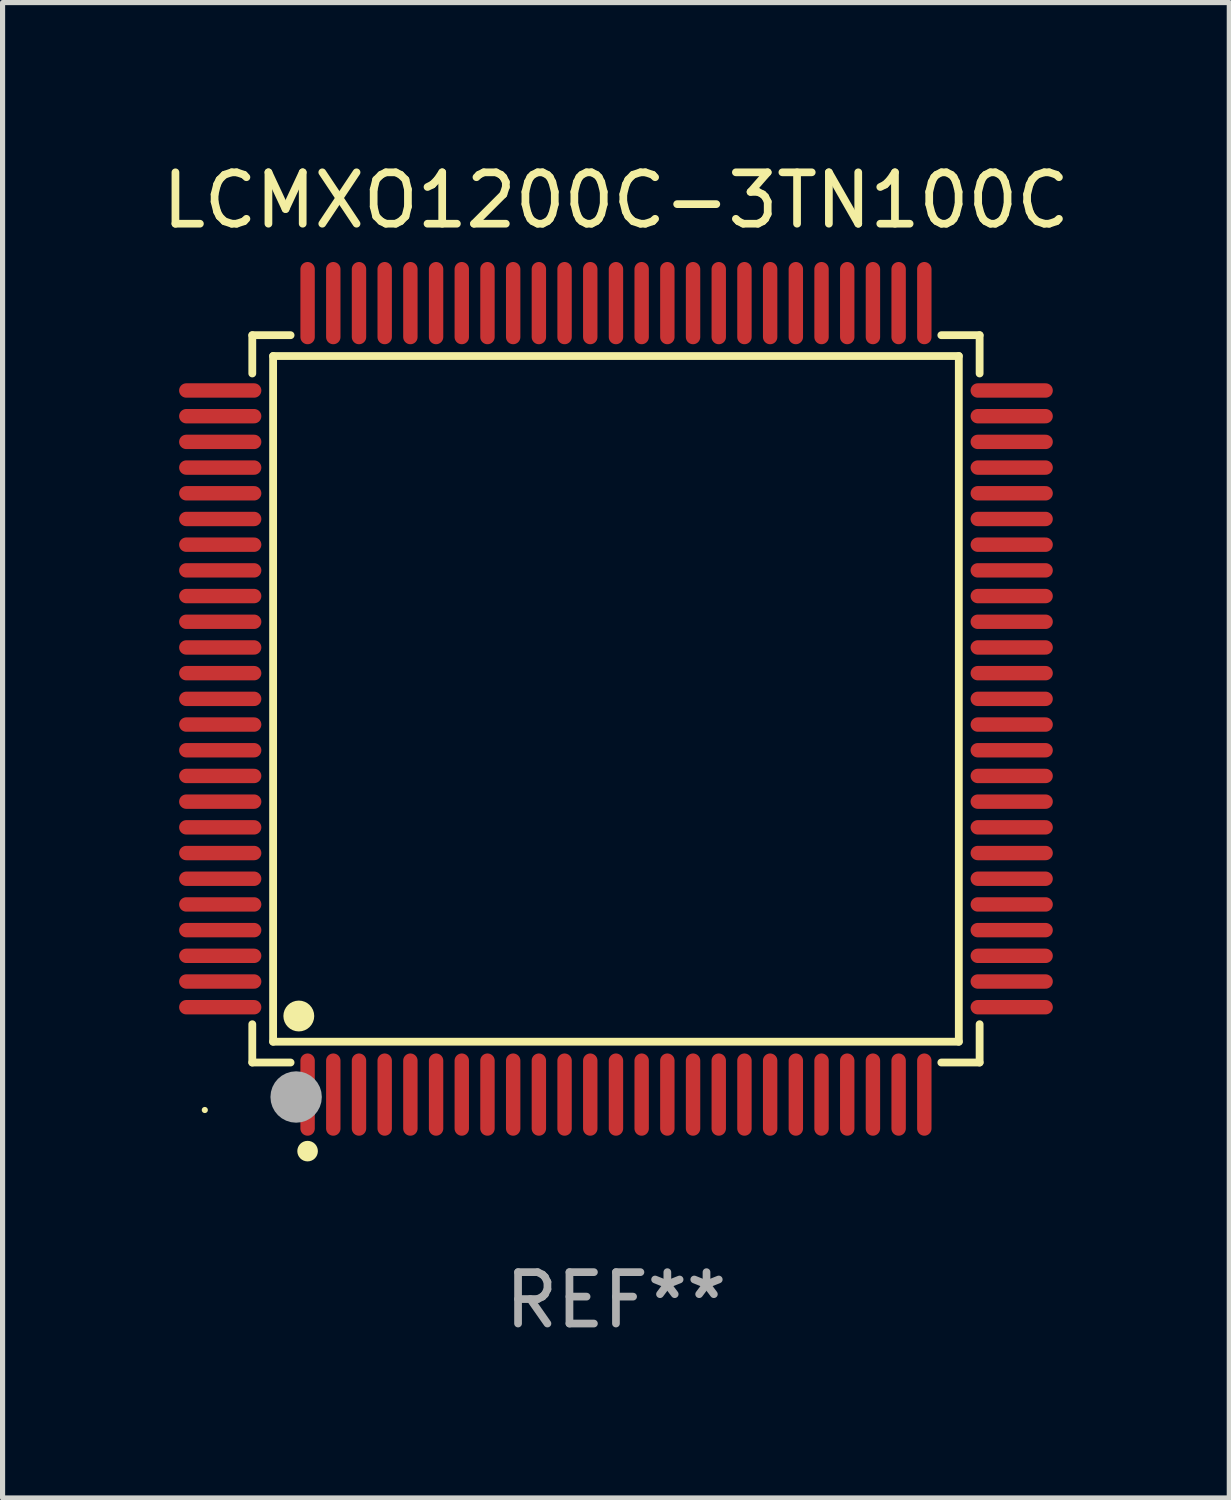
<source format=kicad_pcb>
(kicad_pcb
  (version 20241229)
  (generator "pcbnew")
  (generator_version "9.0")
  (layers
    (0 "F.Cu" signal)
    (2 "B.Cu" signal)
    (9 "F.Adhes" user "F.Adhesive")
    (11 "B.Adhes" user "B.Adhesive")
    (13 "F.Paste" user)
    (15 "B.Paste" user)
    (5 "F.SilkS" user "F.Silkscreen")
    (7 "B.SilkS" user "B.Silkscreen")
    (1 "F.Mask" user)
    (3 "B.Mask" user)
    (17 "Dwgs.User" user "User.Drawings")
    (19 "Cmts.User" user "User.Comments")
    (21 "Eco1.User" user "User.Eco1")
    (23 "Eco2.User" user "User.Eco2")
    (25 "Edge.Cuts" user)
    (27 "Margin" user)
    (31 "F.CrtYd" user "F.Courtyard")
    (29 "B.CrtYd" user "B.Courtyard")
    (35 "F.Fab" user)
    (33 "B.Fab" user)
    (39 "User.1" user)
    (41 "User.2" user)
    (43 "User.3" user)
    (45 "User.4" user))
  (footprint "LCMXO1200C-3TN100C"
    (layer "F.Cu")
    (at 8.935 10.548)
    (property "Reference" "LCMXO1200C-3TN100C" (at 0 -9.7 0) (layer "F.SilkS") (effects (font (size 1 1) (thickness 0.15))))
    (attr through_hole)
    (fp_line (start -7.076 -7.076) (end -6.331 -7.076) (stroke (width 0.152) (type solid)) (layer "F.SilkS"))
    (fp_line (start -7.076 -6.331) (end -7.076 -7.076) (stroke (width 0.152) (type solid)) (layer "F.SilkS"))
    (fp_line (start -7.076 6.331) (end -7.076 7.076) (stroke (width 0.152) (type solid)) (layer "F.SilkS"))
    (fp_line (start -7.076 7.076) (end -6.331 7.076) (stroke (width 0.152) (type solid)) (layer "F.SilkS"))
    (fp_line (start -6.671 -6.671) (end 6.671 -6.671) (stroke (width 0.152) (type solid)) (layer "F.SilkS"))
    (fp_line (start -6.671 6.671) (end -6.671 -6.671) (stroke (width 0.152) (type solid)) (layer "F.SilkS"))
    (fp_line (start 6.671 -6.671) (end 6.671 6.671) (stroke (width 0.152) (type solid)) (layer "F.SilkS"))
    (fp_line (start 6.671 6.671) (end -6.671 6.671) (stroke (width 0.152) (type solid)) (layer "F.SilkS"))
    (fp_line (start 7.076 -7.076) (end 6.331 -7.076) (stroke (width 0.152) (type solid)) (layer "F.SilkS"))
    (fp_line (start 7.076 -6.331) (end 7.076 -7.076) (stroke (width 0.152) (type solid)) (layer "F.SilkS"))
    (fp_line (start 7.076 6.331) (end 7.076 7.076) (stroke (width 0.152) (type solid)) (layer "F.SilkS"))
    (fp_line (start 7.076 7.076) (end 6.331 7.076) (stroke (width 0.152) (type solid)) (layer "F.SilkS"))
    (fp_circle (center -8 8) (end -7.97 8) (stroke (width 0.06) (type solid)) (fill no) (layer "F.SilkS"))
    (fp_circle (center -6.171 6.171) (end -6.021 6.171) (stroke (width 0.3) (type solid)) (fill no) (layer "F.SilkS"))
    (fp_circle (center -6 8.8) (end -5.9 8.8) (stroke (width 0.2) (type solid)) (fill no) (layer "F.SilkS"))
    (fp_circle (center -6.223 7.747) (end -5.973 7.747) (stroke (width 0.5) (type solid)) (fill no) (layer "F.Fab"))
    (fp_text user "REF**" (at 0 11.7 0) (layer "F.Fab") (effects (font (size 1 1) (thickness 0.15))))
    (pad "1" smd oval (at -6 7.7) (size 0.28 1.6) (layers "F.Cu" "F.Mask" "F.Paste"))
    (pad "2" smd oval (at -5.5 7.7) (size 0.28 1.6) (layers "F.Cu" "F.Mask" "F.Paste"))
    (pad "3" smd oval (at -5 7.7) (size 0.28 1.6) (layers "F.Cu" "F.Mask" "F.Paste"))
    (pad "4" smd oval (at -4.5 7.7) (size 0.28 1.6) (layers "F.Cu" "F.Mask" "F.Paste"))
    (pad "5" smd oval (at -4 7.7) (size 0.28 1.6) (layers "F.Cu" "F.Mask" "F.Paste"))
    (pad "6" smd oval (at -3.5 7.7) (size 0.28 1.6) (layers "F.Cu" "F.Mask" "F.Paste"))
    (pad "7" smd oval (at -3 7.7) (size 0.28 1.6) (layers "F.Cu" "F.Mask" "F.Paste"))
    (pad "8" smd oval (at -2.5 7.7) (size 0.28 1.6) (layers "F.Cu" "F.Mask" "F.Paste"))
    (pad "9" smd oval (at -2 7.7) (size 0.28 1.6) (layers "F.Cu" "F.Mask" "F.Paste"))
    (pad "10" smd oval (at -1.5 7.7) (size 0.28 1.6) (layers "F.Cu" "F.Mask" "F.Paste"))
    (pad "11" smd oval (at -1 7.7) (size 0.28 1.6) (layers "F.Cu" "F.Mask" "F.Paste"))
    (pad "12" smd oval (at -0.5 7.7) (size 0.28 1.6) (layers "F.Cu" "F.Mask" "F.Paste"))
    (pad "13" smd oval (at 0 7.7) (size 0.28 1.6) (layers "F.Cu" "F.Mask" "F.Paste"))
    (pad "14" smd oval (at 0.5 7.7) (size 0.28 1.6) (layers "F.Cu" "F.Mask" "F.Paste"))
    (pad "15" smd oval (at 1 7.7) (size 0.28 1.6) (layers "F.Cu" "F.Mask" "F.Paste"))
    (pad "16" smd oval (at 1.5 7.7) (size 0.28 1.6) (layers "F.Cu" "F.Mask" "F.Paste"))
    (pad "17" smd oval (at 2 7.7) (size 0.28 1.6) (layers "F.Cu" "F.Mask" "F.Paste"))
    (pad "18" smd oval (at 2.5 7.7) (size 0.28 1.6) (layers "F.Cu" "F.Mask" "F.Paste"))
    (pad "19" smd oval (at 3 7.7) (size 0.28 1.6) (layers "F.Cu" "F.Mask" "F.Paste"))
    (pad "20" smd oval (at 3.5 7.7) (size 0.28 1.6) (layers "F.Cu" "F.Mask" "F.Paste"))
    (pad "21" smd oval (at 4 7.7) (size 0.28 1.6) (layers "F.Cu" "F.Mask" "F.Paste"))
    (pad "22" smd oval (at 4.5 7.7) (size 0.28 1.6) (layers "F.Cu" "F.Mask" "F.Paste"))
    (pad "23" smd oval (at 5 7.7) (size 0.28 1.6) (layers "F.Cu" "F.Mask" "F.Paste"))
    (pad "24" smd oval (at 5.5 7.7) (size 0.28 1.6) (layers "F.Cu" "F.Mask" "F.Paste"))
    (pad "25" smd oval (at 6 7.7) (size 0.28 1.6) (layers "F.Cu" "F.Mask" "F.Paste"))
    (pad "26" smd oval (at 7.7 6) (size 1.6 0.28) (layers "F.Cu" "F.Mask" "F.Paste"))
    (pad "27" smd oval (at 7.7 5.5) (size 1.6 0.28) (layers "F.Cu" "F.Mask" "F.Paste"))
    (pad "28" smd oval (at 7.7 5) (size 1.6 0.28) (layers "F.Cu" "F.Mask" "F.Paste"))
    (pad "29" smd oval (at 7.7 4.5) (size 1.6 0.28) (layers "F.Cu" "F.Mask" "F.Paste"))
    (pad "30" smd oval (at 7.7 4) (size 1.6 0.28) (layers "F.Cu" "F.Mask" "F.Paste"))
    (pad "31" smd oval (at 7.7 3.5) (size 1.6 0.28) (layers "F.Cu" "F.Mask" "F.Paste"))
    (pad "32" smd oval (at 7.7 3) (size 1.6 0.28) (layers "F.Cu" "F.Mask" "F.Paste"))
    (pad "33" smd oval (at 7.7 2.5) (size 1.6 0.28) (layers "F.Cu" "F.Mask" "F.Paste"))
    (pad "34" smd oval (at 7.7 2) (size 1.6 0.28) (layers "F.Cu" "F.Mask" "F.Paste"))
    (pad "35" smd oval (at 7.7 1.5) (size 1.6 0.28) (layers "F.Cu" "F.Mask" "F.Paste"))
    (pad "36" smd oval (at 7.7 1) (size 1.6 0.28) (layers "F.Cu" "F.Mask" "F.Paste"))
    (pad "37" smd oval (at 7.7 0.5) (size 1.6 0.28) (layers "F.Cu" "F.Mask" "F.Paste"))
    (pad "38" smd oval (at 7.7 0) (size 1.6 0.28) (layers "F.Cu" "F.Mask" "F.Paste"))
    (pad "39" smd oval (at 7.7 -0.5) (size 1.6 0.28) (layers "F.Cu" "F.Mask" "F.Paste"))
    (pad "40" smd oval (at 7.7 -1) (size 1.6 0.28) (layers "F.Cu" "F.Mask" "F.Paste"))
    (pad "41" smd oval (at 7.7 -1.5) (size 1.6 0.28) (layers "F.Cu" "F.Mask" "F.Paste"))
    (pad "42" smd oval (at 7.7 -2) (size 1.6 0.28) (layers "F.Cu" "F.Mask" "F.Paste"))
    (pad "43" smd oval (at 7.7 -2.5) (size 1.6 0.28) (layers "F.Cu" "F.Mask" "F.Paste"))
    (pad "44" smd oval (at 7.7 -3) (size 1.6 0.28) (layers "F.Cu" "F.Mask" "F.Paste"))
    (pad "45" smd oval (at 7.7 -3.5) (size 1.6 0.28) (layers "F.Cu" "F.Mask" "F.Paste"))
    (pad "46" smd oval (at 7.7 -4) (size 1.6 0.28) (layers "F.Cu" "F.Mask" "F.Paste"))
    (pad "47" smd oval (at 7.7 -4.5) (size 1.6 0.28) (layers "F.Cu" "F.Mask" "F.Paste"))
    (pad "48" smd oval (at 7.7 -5) (size 1.6 0.28) (layers "F.Cu" "F.Mask" "F.Paste"))
    (pad "49" smd oval (at 7.7 -5.5) (size 1.6 0.28) (layers "F.Cu" "F.Mask" "F.Paste"))
    (pad "50" smd oval (at 7.7 -6) (size 1.6 0.28) (layers "F.Cu" "F.Mask" "F.Paste"))
    (pad "51" smd oval (at 6 -7.7) (size 0.28 1.6) (layers "F.Cu" "F.Mask" "F.Paste"))
    (pad "52" smd oval (at 5.5 -7.7) (size 0.28 1.6) (layers "F.Cu" "F.Mask" "F.Paste"))
    (pad "53" smd oval (at 5 -7.7) (size 0.28 1.6) (layers "F.Cu" "F.Mask" "F.Paste"))
    (pad "54" smd oval (at 4.5 -7.7) (size 0.28 1.6) (layers "F.Cu" "F.Mask" "F.Paste"))
    (pad "55" smd oval (at 4 -7.7) (size 0.28 1.6) (layers "F.Cu" "F.Mask" "F.Paste"))
    (pad "56" smd oval (at 3.5 -7.7) (size 0.28 1.6) (layers "F.Cu" "F.Mask" "F.Paste"))
    (pad "57" smd oval (at 3 -7.7) (size 0.28 1.6) (layers "F.Cu" "F.Mask" "F.Paste"))
    (pad "58" smd oval (at 2.5 -7.7) (size 0.28 1.6) (layers "F.Cu" "F.Mask" "F.Paste"))
    (pad "59" smd oval (at 2 -7.7) (size 0.28 1.6) (layers "F.Cu" "F.Mask" "F.Paste"))
    (pad "60" smd oval (at 1.5 -7.7) (size 0.28 1.6) (layers "F.Cu" "F.Mask" "F.Paste"))
    (pad "61" smd oval (at 1 -7.7) (size 0.28 1.6) (layers "F.Cu" "F.Mask" "F.Paste"))
    (pad "62" smd oval (at 0.5 -7.7) (size 0.28 1.6) (layers "F.Cu" "F.Mask" "F.Paste"))
    (pad "63" smd oval (at 0 -7.7) (size 0.28 1.6) (layers "F.Cu" "F.Mask" "F.Paste"))
    (pad "64" smd oval (at -0.5 -7.7) (size 0.28 1.6) (layers "F.Cu" "F.Mask" "F.Paste"))
    (pad "65" smd oval (at -1 -7.7) (size 0.28 1.6) (layers "F.Cu" "F.Mask" "F.Paste"))
    (pad "66" smd oval (at -1.5 -7.7) (size 0.28 1.6) (layers "F.Cu" "F.Mask" "F.Paste"))
    (pad "67" smd oval (at -2 -7.7) (size 0.28 1.6) (layers "F.Cu" "F.Mask" "F.Paste"))
    (pad "68" smd oval (at -2.5 -7.7) (size 0.28 1.6) (layers "F.Cu" "F.Mask" "F.Paste"))
    (pad "69" smd oval (at -3 -7.7) (size 0.28 1.6) (layers "F.Cu" "F.Mask" "F.Paste"))
    (pad "70" smd oval (at -3.5 -7.7) (size 0.28 1.6) (layers "F.Cu" "F.Mask" "F.Paste"))
    (pad "71" smd oval (at -4 -7.7) (size 0.28 1.6) (layers "F.Cu" "F.Mask" "F.Paste"))
    (pad "72" smd oval (at -4.5 -7.7) (size 0.28 1.6) (layers "F.Cu" "F.Mask" "F.Paste"))
    (pad "73" smd oval (at -5 -7.7) (size 0.28 1.6) (layers "F.Cu" "F.Mask" "F.Paste"))
    (pad "74" smd oval (at -5.5 -7.7) (size 0.28 1.6) (layers "F.Cu" "F.Mask" "F.Paste"))
    (pad "75" smd oval (at -6 -7.7) (size 0.28 1.6) (layers "F.Cu" "F.Mask" "F.Paste"))
    (pad "76" smd oval (at -7.7 -6) (size 1.6 0.28) (layers "F.Cu" "F.Mask" "F.Paste"))
    (pad "77" smd oval (at -7.7 -5.5) (size 1.6 0.28) (layers "F.Cu" "F.Mask" "F.Paste"))
    (pad "78" smd oval (at -7.7 -5) (size 1.6 0.28) (layers "F.Cu" "F.Mask" "F.Paste"))
    (pad "79" smd oval (at -7.7 -4.5) (size 1.6 0.28) (layers "F.Cu" "F.Mask" "F.Paste"))
    (pad "80" smd oval (at -7.7 -4) (size 1.6 0.28) (layers "F.Cu" "F.Mask" "F.Paste"))
    (pad "81" smd oval (at -7.7 -3.5) (size 1.6 0.28) (layers "F.Cu" "F.Mask" "F.Paste"))
    (pad "82" smd oval (at -7.7 -3) (size 1.6 0.28) (layers "F.Cu" "F.Mask" "F.Paste"))
    (pad "83" smd oval (at -7.7 -2.5) (size 1.6 0.28) (layers "F.Cu" "F.Mask" "F.Paste"))
    (pad "84" smd oval (at -7.7 -2) (size 1.6 0.28) (layers "F.Cu" "F.Mask" "F.Paste"))
    (pad "85" smd oval (at -7.7 -1.5) (size 1.6 0.28) (layers "F.Cu" "F.Mask" "F.Paste"))
    (pad "86" smd oval (at -7.7 -1) (size 1.6 0.28) (layers "F.Cu" "F.Mask" "F.Paste"))
    (pad "87" smd oval (at -7.7 -0.5) (size 1.6 0.28) (layers "F.Cu" "F.Mask" "F.Paste"))
    (pad "88" smd oval (at -7.7 0) (size 1.6 0.28) (layers "F.Cu" "F.Mask" "F.Paste"))
    (pad "89" smd oval (at -7.7 0.5) (size 1.6 0.28) (layers "F.Cu" "F.Mask" "F.Paste"))
    (pad "90" smd oval (at -7.7 1) (size 1.6 0.28) (layers "F.Cu" "F.Mask" "F.Paste"))
    (pad "91" smd oval (at -7.7 1.5) (size 1.6 0.28) (layers "F.Cu" "F.Mask" "F.Paste"))
    (pad "92" smd oval (at -7.7 2) (size 1.6 0.28) (layers "F.Cu" "F.Mask" "F.Paste"))
    (pad "93" smd oval (at -7.7 2.5) (size 1.6 0.28) (layers "F.Cu" "F.Mask" "F.Paste"))
    (pad "94" smd oval (at -7.7 3) (size 1.6 0.28) (layers "F.Cu" "F.Mask" "F.Paste"))
    (pad "95" smd oval (at -7.7 3.5) (size 1.6 0.28) (layers "F.Cu" "F.Mask" "F.Paste"))
    (pad "96" smd oval (at -7.7 4) (size 1.6 0.28) (layers "F.Cu" "F.Mask" "F.Paste"))
    (pad "97" smd oval (at -7.7 4.5) (size 1.6 0.28) (layers "F.Cu" "F.Mask" "F.Paste"))
    (pad "98" smd oval (at -7.7 5) (size 1.6 0.28) (layers "F.Cu" "F.Mask" "F.Paste"))
    (pad "99" smd oval (at -7.7 5.5) (size 1.6 0.28) (layers "F.Cu" "F.Mask" "F.Paste"))
    (pad "100" smd oval (at -7.7 6) (size 1.6 0.28) (layers "F.Cu" "F.Mask" "F.Paste")))
  (gr_rect
    (start -3 -3)
    (end 20.869 26.097)
    (stroke (width 0.1) (type default))
    (fill no)
    (layer "Edge.Cuts")))
</source>
